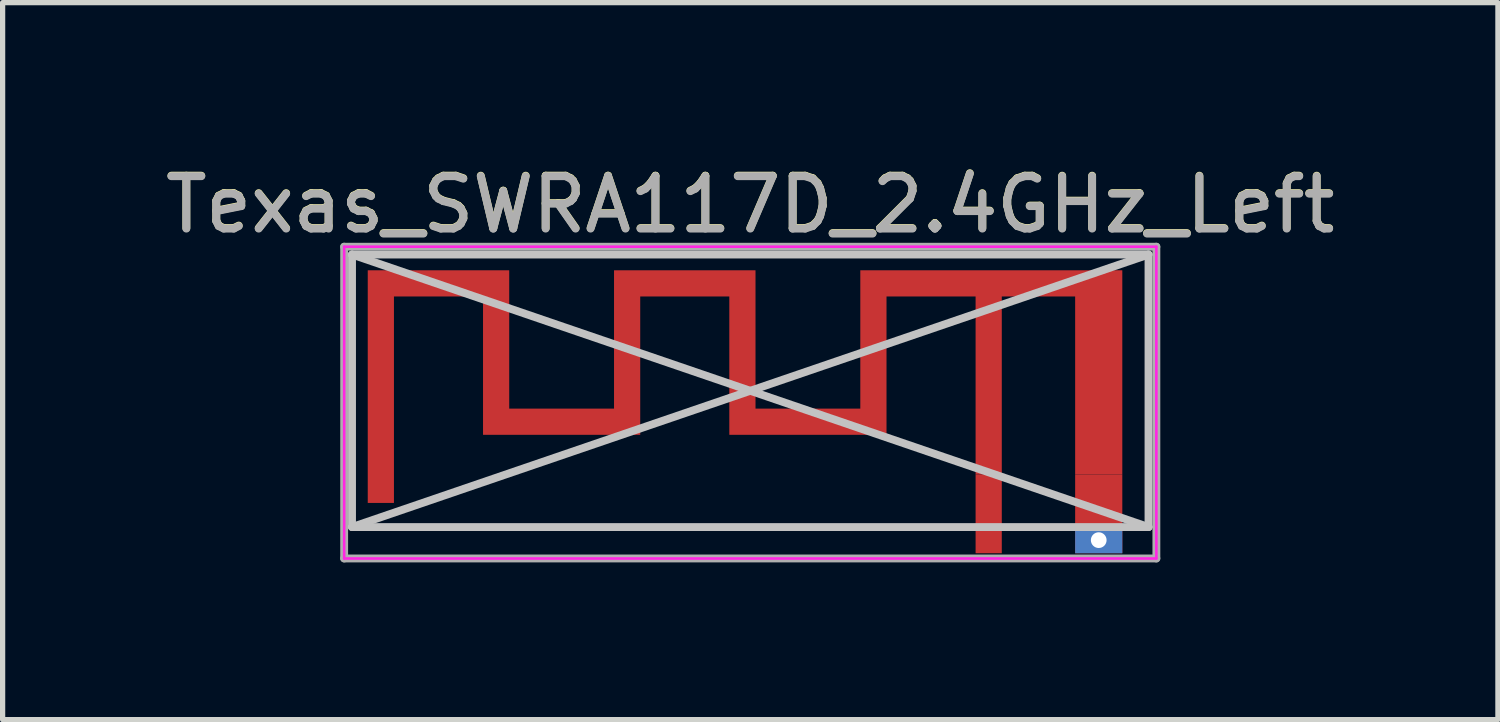
<source format=kicad_pcb>
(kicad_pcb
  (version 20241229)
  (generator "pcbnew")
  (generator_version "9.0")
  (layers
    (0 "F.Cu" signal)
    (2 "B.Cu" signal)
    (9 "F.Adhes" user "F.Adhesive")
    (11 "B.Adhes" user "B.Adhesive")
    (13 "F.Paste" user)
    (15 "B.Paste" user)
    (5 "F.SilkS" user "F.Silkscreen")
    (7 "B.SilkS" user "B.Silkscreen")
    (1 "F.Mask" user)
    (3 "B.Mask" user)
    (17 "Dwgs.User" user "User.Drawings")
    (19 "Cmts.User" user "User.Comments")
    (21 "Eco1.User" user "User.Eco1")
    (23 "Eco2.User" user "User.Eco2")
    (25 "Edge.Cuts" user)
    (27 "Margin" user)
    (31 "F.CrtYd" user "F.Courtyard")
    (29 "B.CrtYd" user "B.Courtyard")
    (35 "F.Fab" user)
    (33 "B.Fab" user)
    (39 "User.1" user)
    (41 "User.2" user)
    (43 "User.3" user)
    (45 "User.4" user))
  (footprint "Texas_SWRA117D_2.4GHz_Left"
    (layer "F.Cu")
    (at 15.818 7.258)
    (property "Reference" "Texas_SWRA117D_2.4GHz_Left" (at -4.55 -6.41 180) (layer "F.SilkS") (effects (font (size 1 1) (thickness 0.15))))
    (attr exclude_from_pos_files)
    (fp_poly (pts (xy -2.45 -2.51) (xy -4.45 -2.51) (xy -4.45 -5.15) (xy -7.15 -5.15) (xy -7.15 -2.51) (xy -9.15 -2.51) (xy -9.15 -5.15) (xy -11.85 -5.15) (xy -11.85 -0.71) (xy -11.35 -0.71) (xy -11.35 -4.65) (xy -9.65 -4.65) (xy -9.65 -2.01) (xy -6.65 -2.01) (xy -6.65 -4.65) (xy -4.95 -4.65) (xy -4.95 -2.01) (xy -1.95 -2.01) (xy -1.95 -4.65) (xy -0.25 -4.65) (xy -0.25 -1.25) (xy 0.25 -1.25) (xy 0.25 -4.65) (xy 1.65 -4.65) (xy 1.65 -1.25) (xy 2.55 -1.25) (xy 2.55 -5.15) (xy -2.45 -5.15) (xy -2.45 -2.51)) (stroke (width 0) (type solid)) (fill yes) (layer "F.Cu"))
    (fp_line (start -12.15 -0.25) (end -12.15 -5.45) (stroke (width 0.15) (type solid)) (layer "Dwgs.User"))
    (fp_line (start 3.05 -5.45) (end -12.15 -5.45) (stroke (width 0.15) (type solid)) (layer "Dwgs.User"))
    (fp_line (start 3.05 -5.45) (end -12.15 -0.25) (stroke (width 0.15) (type solid)) (layer "Dwgs.User"))
    (fp_line (start 3.05 -0.25) (end -12.15 -5.45) (stroke (width 0.15) (type solid)) (layer "Dwgs.User"))
    (fp_line (start 3.05 -0.25) (end -12.15 -0.25) (stroke (width 0.15) (type solid)) (layer "Dwgs.User"))
    (fp_line (start 3.05 -0.25) (end 3.05 -5.45) (stroke (width 0.15) (type solid)) (layer "Dwgs.User"))
    (fp_line (start -12.3 -5.6) (end -12.3 0.35) (stroke (width 0.05) (type solid)) (layer "F.CrtYd"))
    (fp_line (start -12.3 0.35) (end 3.2 0.35) (stroke (width 0.05) (type solid)) (layer "F.CrtYd"))
    (fp_line (start 3.2 -5.6) (end -12.3 -5.6) (stroke (width 0.05) (type solid)) (layer "F.CrtYd"))
    (fp_line (start 3.2 0.35) (end 3.2 -5.6) (stroke (width 0.05) (type solid)) (layer "F.CrtYd"))
    (fp_line (start -12.3 -5.6) (end -12.3 0.35) (stroke (width 0.15) (type solid)) (layer "F.Fab"))
    (fp_line (start -12.3 0.35) (end 3.2 0.35) (stroke (width 0.15) (type solid)) (layer "F.Fab"))
    (fp_line (start 3.2 -5.6) (end -12.3 -5.6) (stroke (width 0.15) (type solid)) (layer "F.Fab"))
    (fp_line (start 3.2 0.35) (end 3.2 -5.6) (stroke (width 0.15) (type solid)) (layer "F.Fab"))
    (fp_text user "${REFERENCE}" (at -4.55 -6.4 180) (layer "F.Fab") (effects (font (size 1 1) (thickness 0.15))))
    (pad "1" connect rect (at 0 -0.75) (size 0.5 1) (layers "F.Cu"))
    (pad "1" connect rect (at 0 0) (size 0.5 0.5) (layers "F.Cu"))
    (pad "2" connect rect (at 2.1 -0.75) (size 0.9 1) (layers "F.Cu"))
    (pad "2" thru_hole rect (at 2.1 0) (size 0.9 0.5) (drill 0.3) (layers "*.Cu")))
  (gr_rect
    (start -3 -3)
    (end 25.536 10.683)
    (stroke (width 0.1) (type default))
    (fill no)
    (layer "Edge.Cuts")))
</source>
